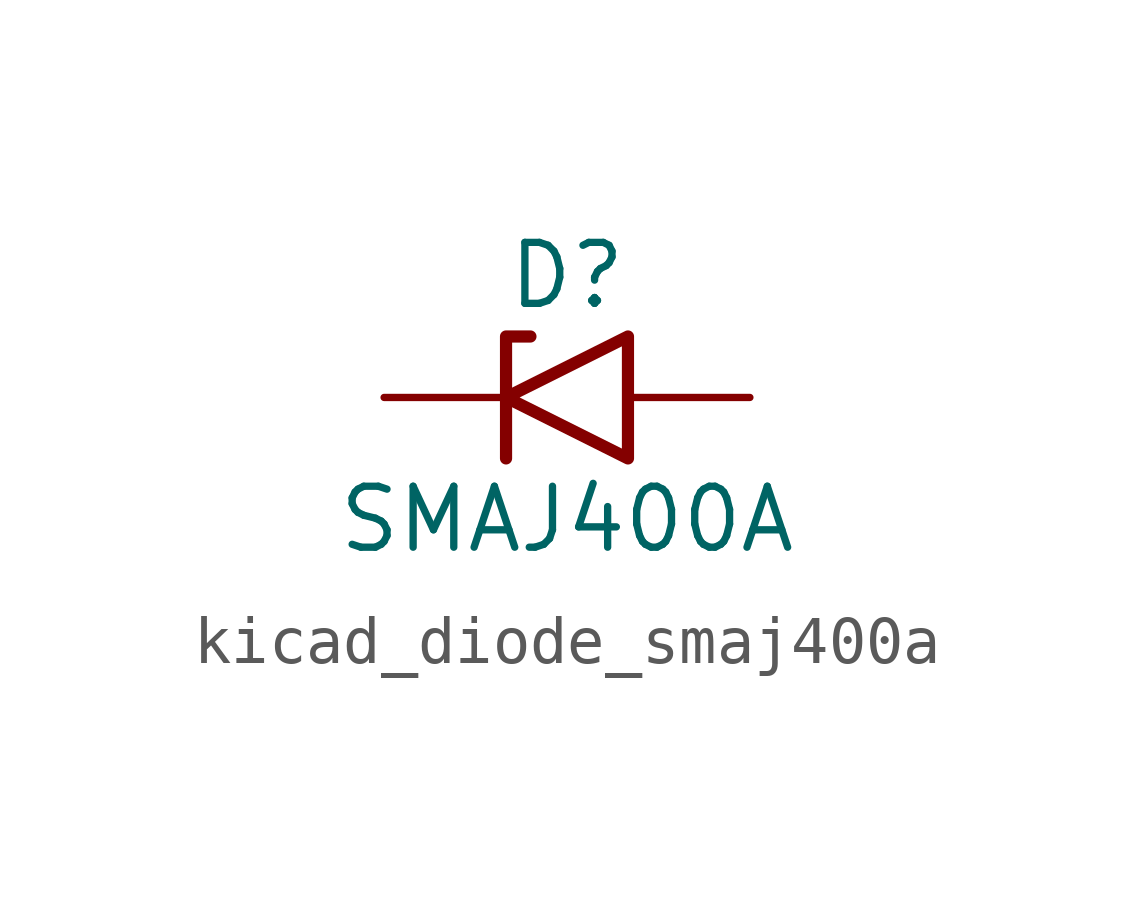
<source format=kicad_sym>
(kicad_symbol_lib
  (version 20220914)
  (generator kicad_symbol_editor)
  (symbol "kicad_diode_smaj400a"
    (pin_numbers hide)
    (pin_names
      (offset 1.016) hide)
    (property "Reference" "D"
      (at 0 2.54 0)
      (effects (font (size 1.27 1.27))))
    (property "Value" "SMAJ400A"
      (at 0 -2.54 0)
      (effects (font (size 1.27 1.27))))
    (symbol "kicad_diode_smaj400a_0_1"
      (polyline (pts (xy -0.762 1.27) (xy -1.27 1.27) (xy -1.27 -1.27)) (stroke (width 0.254) (type default)) (fill (type none)))
      (polyline (pts (xy 1.27 1.27) (xy 1.27 -1.27) (xy -1.27 0) (xy 1.27 1.27)) (stroke (width 0.254) (type default)) (fill (type none))))
    (symbol "kicad_diode_smaj400a_1_1"
      (pin passive line (at -3.81 0 0) (length 2.54) (name "A1" (effects (font (size 1.27 1.27)))) (number "1" (effects (font (size 1.27 1.27)))))
      (pin passive line (at 3.81 0 180) (length 2.54) (name "A2" (effects (font (size 1.27 1.27)))) (number "2" (effects (font (size 1.27 1.27))))))))
</source>
